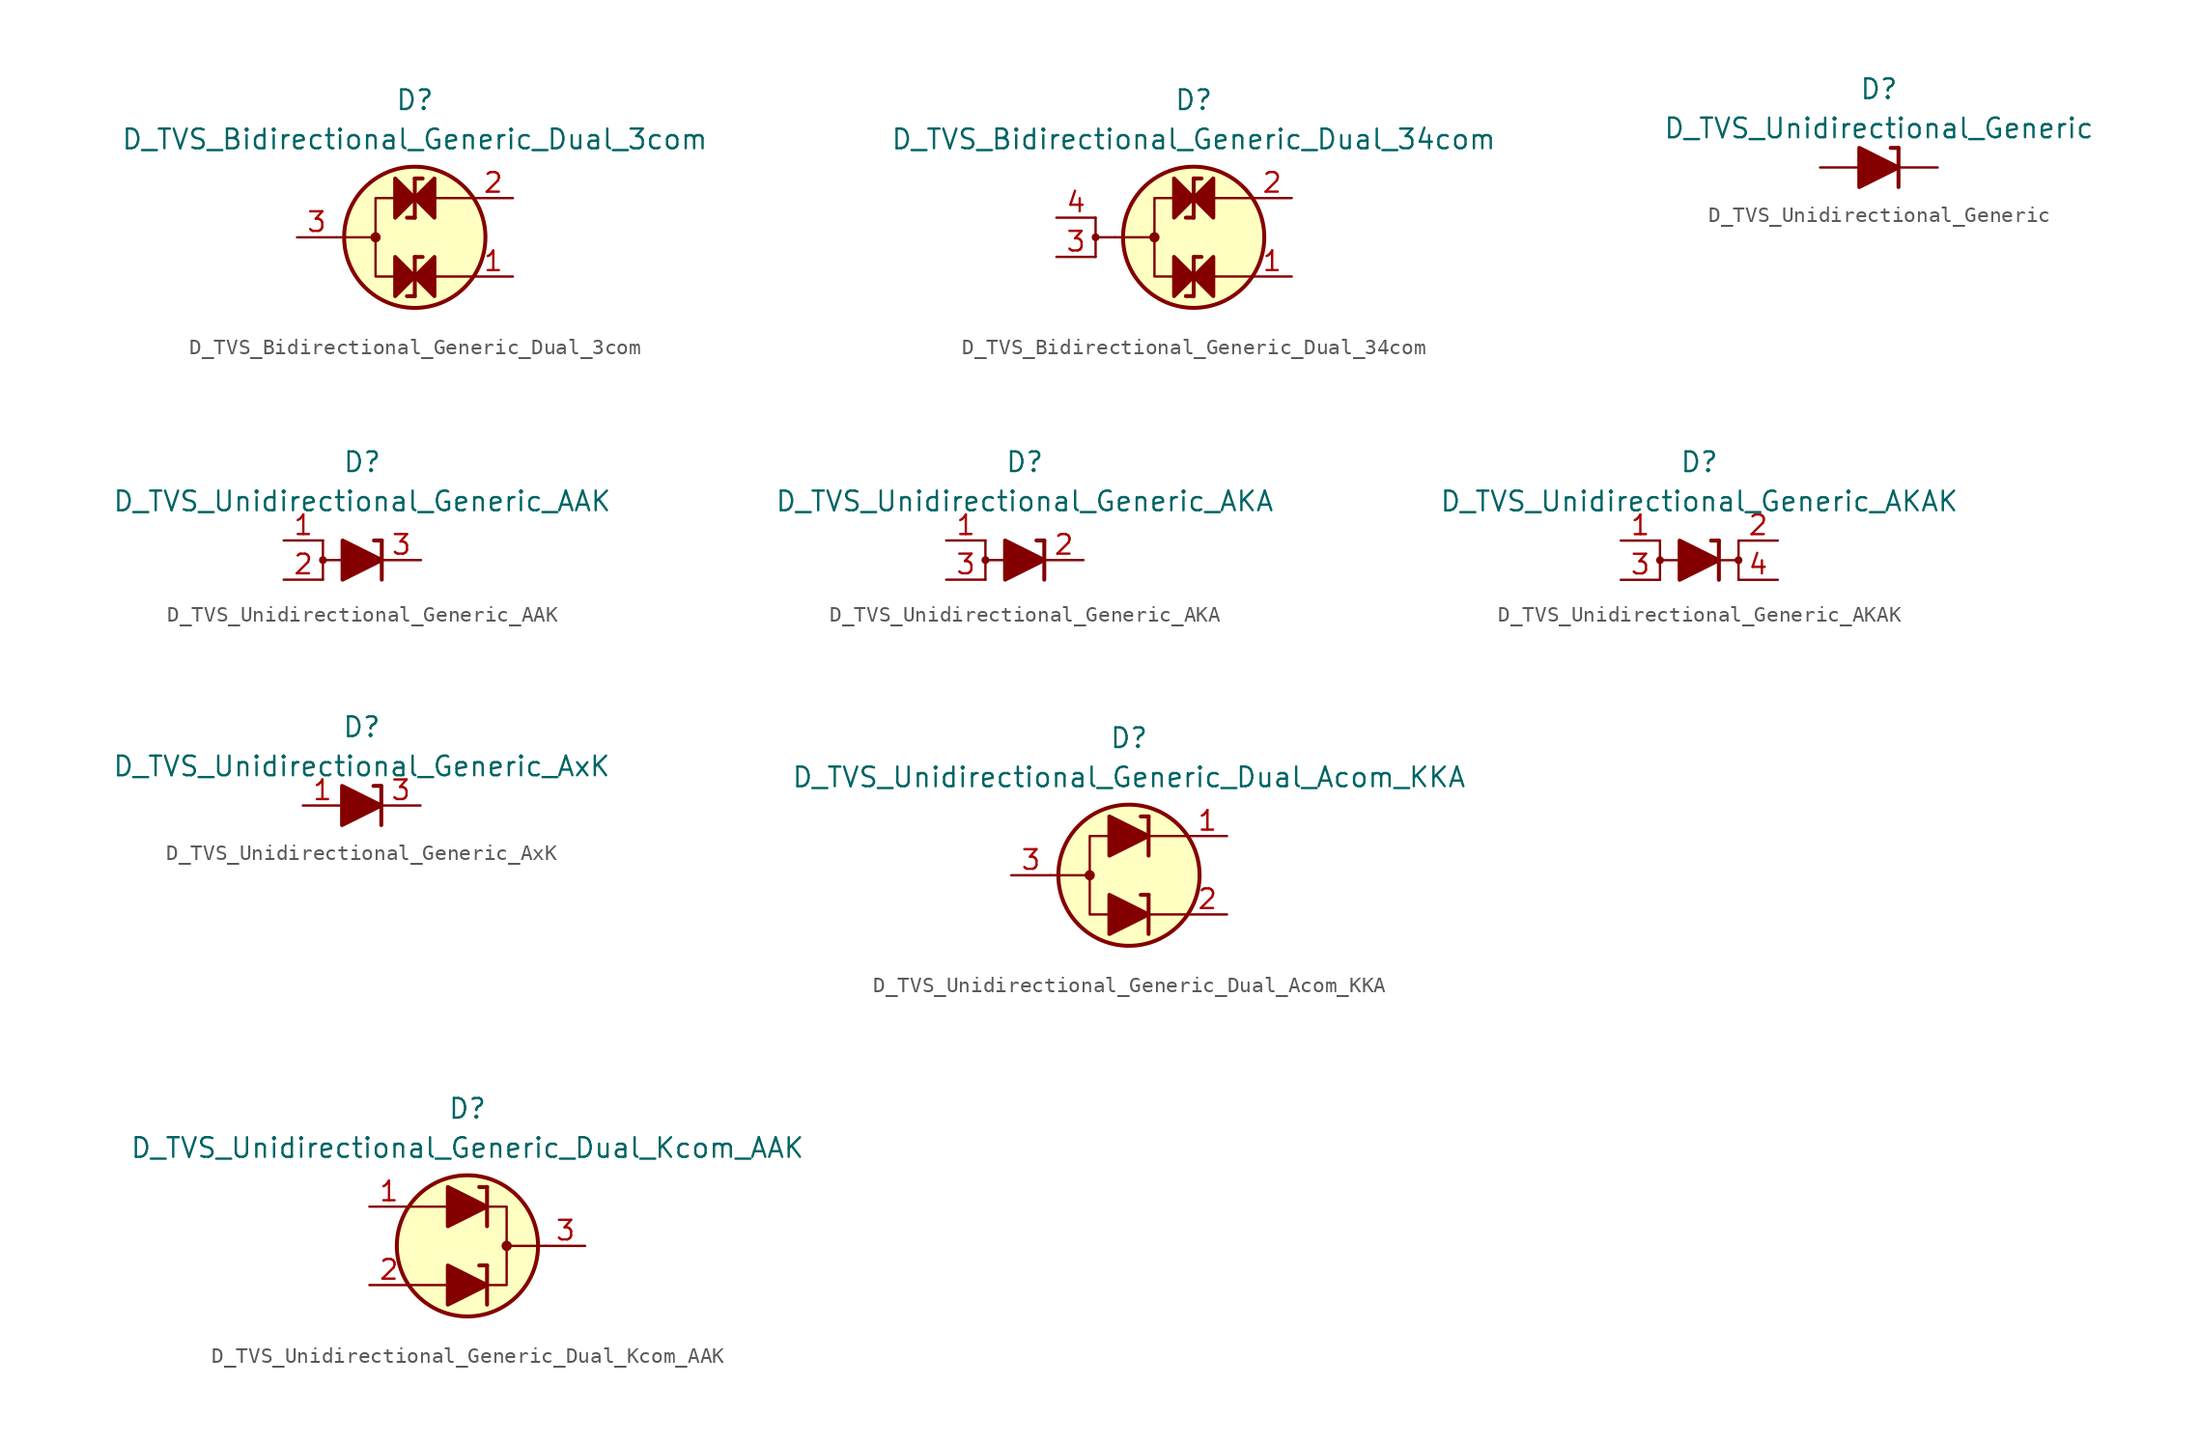
<source format=kicad_sym>
(kicad_symbol_lib
  (version 20211014)
  (generator kicad_symbol_editor)
  (symbol "D_TVS_Bidirectional_Generic_Dual_3com"
    (pin_names
      (offset 1.016) hide)
    (property "Reference" "D"
      (at 0 8.89 0)
      (effects (font (size 1.27 1.27))))
    (property "Value" "D_TVS_Bidirectional_Generic_Dual_3com"
      (at 0 6.35 0)
      (effects (font (size 1.27 1.27))))
    (symbol "D_TVS_Bidirectional_Generic_Dual_3com_0_1"
      (circle (center -2.54 0) (radius 0.254) (stroke (width 0) (type default) (color 0 0 0 0)) (fill (type outline)))
      (polyline (pts (xy -5.08 0) (xy -2.54 0)) (stroke (width 0) (type default) (color 0 0 0 0)) (fill (type none)))
      (polyline (pts (xy 1.27 -2.54) (xy 3.81 -2.54)) (stroke (width 0) (type default) (color 0 0 0 0)) (fill (type none)))
      (polyline (pts (xy 1.27 2.54) (xy 3.81 2.54)) (stroke (width 0) (type default) (color 0 0 0 0)) (fill (type none)))
      (polyline (pts (xy -1.27 2.54) (xy -2.54 2.54) (xy -2.54 -2.54) (xy -1.27 -2.54)) (stroke (width 0) (type default) (color 0 0 0 0)) (fill (type none)))
      (circle (center 0 0) (radius 4.572) (stroke (width 0.254) (type default) (color 0 0 0 0)) (fill (type background))))
    (symbol "D_TVS_Bidirectional_Generic_Dual_3com_1_1"
      (polyline (pts (xy -1.27 -2.54) (xy 1.27 -2.54)) (stroke (width 0) (type default) (color 0 0 0 0)) (fill (type none)))
      (polyline (pts (xy -1.27 2.54) (xy 1.27 2.54)) (stroke (width 0) (type default) (color 0 0 0 0)) (fill (type none)))
      (polyline (pts (xy 0 -3.81) (xy -0.508 -3.81)) (stroke (width 0.254) (type default) (color 0 0 0 0)) (fill (type none)))
      (polyline (pts (xy 0 -3.81) (xy 0 -1.27)) (stroke (width 0.254) (type default) (color 0 0 0 0)) (fill (type none)))
      (polyline (pts (xy 0 -1.27) (xy 0.508 -1.27)) (stroke (width 0.254) (type default) (color 0 0 0 0)) (fill (type none)))
      (polyline (pts (xy 0 1.27) (xy -0.508 1.27)) (stroke (width 0.254) (type default) (color 0 0 0 0)) (fill (type none)))
      (polyline (pts (xy 0 1.27) (xy 0 3.81)) (stroke (width 0.254) (type default) (color 0 0 0 0)) (fill (type none)))
      (polyline (pts (xy 0 3.81) (xy 0.508 3.81)) (stroke (width 0.254) (type default) (color 0 0 0 0)) (fill (type none)))
      (polyline (pts (xy -1.27 -3.81) (xy -1.27 -1.27) (xy 0 -2.54) (xy -1.27 -3.81)) (stroke (width 0.254) (type default) (color 0 0 0 0)) (fill (type outline)))
      (polyline (pts (xy -1.27 1.27) (xy -1.27 3.81) (xy 0 2.54) (xy -1.27 1.27)) (stroke (width 0.254) (type default) (color 0 0 0 0)) (fill (type outline)))
      (polyline (pts (xy 0 -2.54) (xy 1.27 -3.81) (xy 1.27 -1.27) (xy 0 -2.54)) (stroke (width 0.254) (type default) (color 0 0 0 0)) (fill (type outline)))
      (polyline (pts (xy 0 2.54) (xy 1.27 1.27) (xy 1.27 3.81) (xy 0 2.54)) (stroke (width 0.254) (type default) (color 0 0 0 0)) (fill (type outline)))
      (pin passive line (at 6.35 -2.54 180) (length 2.54) (name "A1" (effects (font (size 1.27 1.27)))) (number "1" (effects (font (size 1.27 1.27)))))
      (pin passive line (at 6.35 2.54 180) (length 2.54) (name "A2" (effects (font (size 1.27 1.27)))) (number "2" (effects (font (size 1.27 1.27)))))
      (pin passive line (at -7.62 0 0) (length 2.54) (name "Com" (effects (font (size 1.27 1.27)))) (number "3" (effects (font (size 1.27 1.27)))))))
  (symbol "D_TVS_Bidirectional_Generic_Dual_34com"
    (pin_names
      (offset 1.016) hide)
    (property "Reference" "D"
      (at 0 8.89 0)
      (effects (font (size 1.27 1.27))))
    (property "Value" "D_TVS_Bidirectional_Generic_Dual_34com"
      (at 0 6.35 0)
      (effects (font (size 1.27 1.27))))
    (symbol "D_TVS_Bidirectional_Generic_Dual_34com_0_1"
      (circle (center -2.54 0) (radius 0.254) (stroke (width 0) (type default) (color 0 0 0 0)) (fill (type outline)))
      (polyline (pts (xy -6.35 1.27) (xy -6.35 -1.27)) (stroke (width 0) (type default) (color 0 0 0 0)) (fill (type none)))
      (polyline (pts (xy -5.08 0) (xy -6.35 0)) (stroke (width 0) (type default) (color 0 0 0 0)) (fill (type none)))
      (polyline (pts (xy -5.08 0) (xy -2.54 0)) (stroke (width 0) (type default) (color 0 0 0 0)) (fill (type none)))
      (polyline (pts (xy 1.27 -2.54) (xy 3.81 -2.54)) (stroke (width 0) (type default) (color 0 0 0 0)) (fill (type none)))
      (polyline (pts (xy 1.27 2.54) (xy 3.81 2.54)) (stroke (width 0) (type default) (color 0 0 0 0)) (fill (type none)))
      (polyline (pts (xy -1.27 2.54) (xy -2.54 2.54) (xy -2.54 -2.54) (xy -1.27 -2.54)) (stroke (width 0) (type default) (color 0 0 0 0)) (fill (type none)))
      (circle (center 0 0) (radius 4.572) (stroke (width 0.254) (type default) (color 0 0 0 0)) (fill (type background))))
    (symbol "D_TVS_Bidirectional_Generic_Dual_34com_1_1"
      (circle (center -6.35 0) (radius 0.178) (stroke (width 0) (type default) (color 0 0 0 0)) (fill (type outline)))
      (polyline (pts (xy -1.27 -2.54) (xy 1.27 -2.54)) (stroke (width 0) (type default) (color 0 0 0 0)) (fill (type none)))
      (polyline (pts (xy -1.27 2.54) (xy 1.27 2.54)) (stroke (width 0) (type default) (color 0 0 0 0)) (fill (type none)))
      (polyline (pts (xy 0 -3.81) (xy -0.508 -3.81)) (stroke (width 0.254) (type default) (color 0 0 0 0)) (fill (type none)))
      (polyline (pts (xy 0 -3.81) (xy 0 -1.27)) (stroke (width 0.254) (type default) (color 0 0 0 0)) (fill (type none)))
      (polyline (pts (xy 0 -1.27) (xy 0.508 -1.27)) (stroke (width 0.254) (type default) (color 0 0 0 0)) (fill (type none)))
      (polyline (pts (xy 0 1.27) (xy -0.508 1.27)) (stroke (width 0.254) (type default) (color 0 0 0 0)) (fill (type none)))
      (polyline (pts (xy 0 1.27) (xy 0 3.81)) (stroke (width 0.254) (type default) (color 0 0 0 0)) (fill (type none)))
      (polyline (pts (xy 0 3.81) (xy 0.508 3.81)) (stroke (width 0.254) (type default) (color 0 0 0 0)) (fill (type none)))
      (polyline (pts (xy -1.27 -3.81) (xy -1.27 -1.27) (xy 0 -2.54) (xy -1.27 -3.81)) (stroke (width 0.254) (type default) (color 0 0 0 0)) (fill (type outline)))
      (polyline (pts (xy -1.27 1.27) (xy -1.27 3.81) (xy 0 2.54) (xy -1.27 1.27)) (stroke (width 0.254) (type default) (color 0 0 0 0)) (fill (type outline)))
      (polyline (pts (xy 0 -2.54) (xy 1.27 -3.81) (xy 1.27 -1.27) (xy 0 -2.54)) (stroke (width 0.254) (type default) (color 0 0 0 0)) (fill (type outline)))
      (polyline (pts (xy 0 2.54) (xy 1.27 1.27) (xy 1.27 3.81) (xy 0 2.54)) (stroke (width 0.254) (type default) (color 0 0 0 0)) (fill (type outline)))
      (pin passive line (at 6.35 -2.54 180) (length 2.54) (name "A1" (effects (font (size 1.27 1.27)))) (number "1" (effects (font (size 1.27 1.27)))))
      (pin passive line (at 6.35 2.54 180) (length 2.54) (name "A2" (effects (font (size 1.27 1.27)))) (number "2" (effects (font (size 1.27 1.27)))))
      (pin passive line (at -8.89 -1.27 0) (length 2.54) (name "Com" (effects (font (size 1.27 1.27)))) (number "3" (effects (font (size 1.27 1.27)))))
      (pin passive line (at -8.89 1.27 0) (length 2.54) (name "Com" (effects (font (size 1.27 1.27)))) (number "4" (effects (font (size 1.27 1.27)))))))
  (symbol "D_TVS_Unidirectional_Generic"
    (pin_numbers hide)
    (pin_names
      (offset 1.016) hide)
    (property "Reference" "D"
      (at 0 5.08 0)
      (effects (font (size 1.27 1.27))))
    (property "Value" "D_TVS_Unidirectional_Generic"
      (at 0 2.54 0)
      (effects (font (size 1.27 1.27))))
    (symbol "D_TVS_Unidirectional_Generic_0_1"
      (polyline (pts (xy -1.27 0) (xy 1.27 0)) (stroke (width 0) (type default) (color 0 0 0 0)) (fill (type none)))
      (polyline (pts (xy 1.27 -1.27) (xy 1.27 1.27)) (stroke (width 0.254) (type default) (color 0 0 0 0)) (fill (type none)))
      (polyline (pts (xy 1.27 1.27) (xy 0.762 1.27)) (stroke (width 0.254) (type default) (color 0 0 0 0)) (fill (type none)))
      (polyline (pts (xy -1.27 1.27) (xy -1.27 -1.27) (xy 1.27 0) (xy -1.27 1.27)) (stroke (width 0.254) (type default) (color 0 0 0 0)) (fill (type outline))))
    (symbol "D_TVS_Unidirectional_Generic_1_1"
      (pin passive line (at 3.81 0 180) (length 2.54) (name "K" (effects (font (size 1.27 1.27)))) (number "1" (effects (font (size 1.27 1.27)))))
      (pin passive line (at -3.81 0 0) (length 2.54) (name "A" (effects (font (size 1.27 1.27)))) (number "2" (effects (font (size 1.27 1.27)))))))
  (symbol "D_TVS_Unidirectional_Generic_AAK"
    (pin_names
      (offset 1.016) hide)
    (property "Reference" "D"
      (at 0 6.35 0)
      (effects (font (size 1.27 1.27))))
    (property "Value" "D_TVS_Unidirectional_Generic_AAK"
      (at 0 3.81 0)
      (effects (font (size 1.27 1.27))))
    (symbol "D_TVS_Unidirectional_Generic_AAK_0_1"
      (circle (center -2.54 0) (radius 0.178) (stroke (width 0) (type default) (color 0 0 0 0)) (fill (type outline)))
      (polyline (pts (xy -2.54 -1.27) (xy -2.54 1.27)) (stroke (width 0) (type default) (color 0 0 0 0)) (fill (type none)))
      (polyline (pts (xy -1.27 0) (xy -2.54 0)) (stroke (width 0) (type default) (color 0 0 0 0)) (fill (type none)))
      (polyline (pts (xy -1.27 0) (xy 1.27 0)) (stroke (width 0) (type default) (color 0 0 0 0)) (fill (type none)))
      (polyline (pts (xy 1.27 -1.27) (xy 1.27 1.27)) (stroke (width 0.254) (type default) (color 0 0 0 0)) (fill (type none)))
      (polyline (pts (xy 1.27 1.27) (xy 0.762 1.27)) (stroke (width 0.254) (type default) (color 0 0 0 0)) (fill (type none)))
      (polyline (pts (xy -1.27 1.27) (xy -1.27 -1.27) (xy 1.27 0) (xy -1.27 1.27)) (stroke (width 0.254) (type default) (color 0 0 0 0)) (fill (type outline))))
    (symbol "D_TVS_Unidirectional_Generic_AAK_1_1"
      (pin passive line (at -5.08 1.27 0) (length 2.54) (name "A" (effects (font (size 1.27 1.27)))) (number "1" (effects (font (size 1.27 1.27)))))
      (pin passive line (at -5.08 -1.27 0) (length 2.54) (name "A" (effects (font (size 1.27 1.27)))) (number "2" (effects (font (size 1.27 1.27)))))
      (pin passive line (at 3.81 0 180) (length 2.54) (name "K" (effects (font (size 1.27 1.27)))) (number "3" (effects (font (size 1.27 1.27)))))))
  (symbol "D_TVS_Unidirectional_Generic_AKA"
    (pin_names
      (offset 1.016) hide)
    (property "Reference" "D"
      (at 0 6.35 0)
      (effects (font (size 1.27 1.27))))
    (property "Value" "D_TVS_Unidirectional_Generic_AKA"
      (at 0 3.81 0)
      (effects (font (size 1.27 1.27))))
    (symbol "D_TVS_Unidirectional_Generic_AKA_0_1"
      (circle (center -2.54 0) (radius 0.178) (stroke (width 0) (type default) (color 0 0 0 0)) (fill (type outline)))
      (polyline (pts (xy -2.54 -1.27) (xy -2.54 1.27)) (stroke (width 0) (type default) (color 0 0 0 0)) (fill (type none)))
      (polyline (pts (xy -1.27 0) (xy -2.54 0)) (stroke (width 0) (type default) (color 0 0 0 0)) (fill (type none)))
      (polyline (pts (xy -1.27 0) (xy 1.27 0)) (stroke (width 0) (type default) (color 0 0 0 0)) (fill (type none)))
      (polyline (pts (xy 1.27 -1.27) (xy 1.27 1.27)) (stroke (width 0.254) (type default) (color 0 0 0 0)) (fill (type none)))
      (polyline (pts (xy 1.27 1.27) (xy 0.762 1.27)) (stroke (width 0.254) (type default) (color 0 0 0 0)) (fill (type none)))
      (polyline (pts (xy -1.27 1.27) (xy -1.27 -1.27) (xy 1.27 0) (xy -1.27 1.27)) (stroke (width 0.254) (type default) (color 0 0 0 0)) (fill (type outline))))
    (symbol "D_TVS_Unidirectional_Generic_AKA_1_1"
      (pin passive line (at -5.08 1.27 0) (length 2.54) (name "A" (effects (font (size 1.27 1.27)))) (number "1" (effects (font (size 1.27 1.27)))))
      (pin passive line (at 3.81 0 180) (length 2.54) (name "K" (effects (font (size 1.27 1.27)))) (number "2" (effects (font (size 1.27 1.27)))))
      (pin passive line (at -5.08 -1.27 0) (length 2.54) (name "A" (effects (font (size 1.27 1.27)))) (number "3" (effects (font (size 1.27 1.27)))))))
  (symbol "D_TVS_Unidirectional_Generic_AKAK"
    (pin_names
      (offset 1.016) hide)
    (property "Reference" "D"
      (at 0 6.35 0)
      (effects (font (size 1.27 1.27))))
    (property "Value" "D_TVS_Unidirectional_Generic_AKAK"
      (at 0 3.81 0)
      (effects (font (size 1.27 1.27))))
    (symbol "D_TVS_Unidirectional_Generic_AKAK_0_1"
      (circle (center -2.54 0) (radius 0.178) (stroke (width 0) (type default) (color 0 0 0 0)) (fill (type outline)))
      (polyline (pts (xy -2.54 -1.27) (xy -2.54 1.27)) (stroke (width 0) (type default) (color 0 0 0 0)) (fill (type none)))
      (polyline (pts (xy -1.27 0) (xy -2.54 0)) (stroke (width 0) (type default) (color 0 0 0 0)) (fill (type none)))
      (polyline (pts (xy -1.27 0) (xy 1.27 0)) (stroke (width 0) (type default) (color 0 0 0 0)) (fill (type none)))
      (polyline (pts (xy 1.27 -1.27) (xy 1.27 1.27)) (stroke (width 0.254) (type default) (color 0 0 0 0)) (fill (type none)))
      (polyline (pts (xy 1.27 1.27) (xy 0.762 1.27)) (stroke (width 0.254) (type default) (color 0 0 0 0)) (fill (type none)))
      (polyline (pts (xy -1.27 1.27) (xy -1.27 -1.27) (xy 1.27 0) (xy -1.27 1.27)) (stroke (width 0.254) (type default) (color 0 0 0 0)) (fill (type outline))))
    (symbol "D_TVS_Unidirectional_Generic_AKAK_1_1"
      (polyline (pts (xy 1.27 0) (xy 2.54 0)) (stroke (width 0) (type default) (color 0 0 0 0)) (fill (type none)))
      (polyline (pts (xy 2.54 1.27) (xy 2.54 -1.27)) (stroke (width 0) (type default) (color 0 0 0 0)) (fill (type none)))
      (circle (center 2.54 0) (radius 0.178) (stroke (width 0) (type default) (color 0 0 0 0)) (fill (type outline)))
      (pin passive line (at -5.08 1.27 0) (length 2.54) (name "A" (effects (font (size 1.27 1.27)))) (number "1" (effects (font (size 1.27 1.27)))))
      (pin passive line (at 5.08 1.27 180) (length 2.54) (name "K" (effects (font (size 1.27 1.27)))) (number "2" (effects (font (size 1.27 1.27)))))
      (pin passive line (at -5.08 -1.27 0) (length 2.54) (name "A" (effects (font (size 1.27 1.27)))) (number "3" (effects (font (size 1.27 1.27)))))
      (pin passive line (at 5.08 -1.27 180) (length 2.54) (name "K" (effects (font (size 1.27 1.27)))) (number "4" (effects (font (size 1.27 1.27)))))))
  (symbol "D_TVS_Unidirectional_Generic_AxK"
    (pin_names
      (offset 1.016) hide)
    (property "Reference" "D"
      (at 0 5.08 0)
      (effects (font (size 1.27 1.27))))
    (property "Value" "D_TVS_Unidirectional_Generic_AxK"
      (at 0 2.54 0)
      (effects (font (size 1.27 1.27))))
    (symbol "D_TVS_Unidirectional_Generic_AxK_0_1"
      (polyline (pts (xy -1.27 0) (xy 1.27 0)) (stroke (width 0) (type default) (color 0 0 0 0)) (fill (type none)))
      (polyline (pts (xy 1.27 -1.27) (xy 1.27 1.27)) (stroke (width 0.254) (type default) (color 0 0 0 0)) (fill (type none)))
      (polyline (pts (xy 1.27 1.27) (xy 0.762 1.27)) (stroke (width 0.254) (type default) (color 0 0 0 0)) (fill (type none)))
      (polyline (pts (xy -1.27 1.27) (xy -1.27 -1.27) (xy 1.27 0) (xy -1.27 1.27)) (stroke (width 0.254) (type default) (color 0 0 0 0)) (fill (type outline))))
    (symbol "D_TVS_Unidirectional_Generic_AxK_1_1"
      (pin passive line (at -3.81 0 0) (length 2.54) (name "A" (effects (font (size 1.27 1.27)))) (number "1" (effects (font (size 1.27 1.27)))))
      (pin passive line (at 3.81 0 180) (length 2.54) (name "K" (effects (font (size 1.27 1.27)))) (number "3" (effects (font (size 1.27 1.27)))))))
  (symbol "D_TVS_Unidirectional_Generic_Dual_Acom_KKA"
    (pin_names
      (offset 1.016) hide)
    (property "Reference" "D"
      (at 0 8.89 0)
      (effects (font (size 1.27 1.27))))
    (property "Value" "D_TVS_Unidirectional_Generic_Dual_Acom_KKA"
      (at 0 6.35 0)
      (effects (font (size 1.27 1.27))))
    (symbol "D_TVS_Unidirectional_Generic_Dual_Acom_KKA_0_1"
      (circle (center -2.54 0) (radius 0.254) (stroke (width 0) (type default) (color 0 0 0 0)) (fill (type outline)))
      (polyline (pts (xy -5.08 0) (xy -2.54 0)) (stroke (width 0) (type default) (color 0 0 0 0)) (fill (type none)))
      (polyline (pts (xy 1.27 -2.54) (xy 3.81 -2.54)) (stroke (width 0) (type default) (color 0 0 0 0)) (fill (type none)))
      (polyline (pts (xy 1.27 -1.27) (xy 0.762 -1.27)) (stroke (width 0.254) (type default) (color 0 0 0 0)) (fill (type none)))
      (polyline (pts (xy 1.27 -1.27) (xy 1.27 -3.81)) (stroke (width 0.254) (type default) (color 0 0 0 0)) (fill (type none)))
      (polyline (pts (xy 1.27 2.54) (xy 3.81 2.54)) (stroke (width 0) (type default) (color 0 0 0 0)) (fill (type none)))
      (polyline (pts (xy 1.27 3.81) (xy 0.762 3.81)) (stroke (width 0.254) (type default) (color 0 0 0 0)) (fill (type none)))
      (polyline (pts (xy 1.27 3.81) (xy 1.27 1.27)) (stroke (width 0.254) (type default) (color 0 0 0 0)) (fill (type none)))
      (polyline (pts (xy -1.27 -2.54) (xy -2.54 -2.54) (xy -2.54 2.54) (xy -1.27 2.54)) (stroke (width 0) (type default) (color 0 0 0 0)) (fill (type none)))
      (circle (center 0 0) (radius 4.572) (stroke (width 0.254) (type default) (color 0 0 0 0)) (fill (type background))))
    (symbol "D_TVS_Unidirectional_Generic_Dual_Acom_KKA_1_1"
      (polyline (pts (xy -1.27 -2.54) (xy 1.27 -2.54)) (stroke (width 0) (type default) (color 0 0 0 0)) (fill (type none)))
      (polyline (pts (xy -1.27 2.54) (xy 1.27 2.54)) (stroke (width 0) (type default) (color 0 0 0 0)) (fill (type none)))
      (polyline (pts (xy -1.27 -1.27) (xy -1.27 -3.81) (xy 1.27 -2.54) (xy -1.27 -1.27)) (stroke (width 0.254) (type default) (color 0 0 0 0)) (fill (type outline)))
      (polyline (pts (xy -1.27 3.81) (xy -1.27 1.27) (xy 1.27 2.54) (xy -1.27 3.81)) (stroke (width 0.254) (type default) (color 0 0 0 0)) (fill (type outline)))
      (pin passive line (at 6.35 2.54 180) (length 2.54) (name "K1" (effects (font (size 1.27 1.27)))) (number "1" (effects (font (size 1.27 1.27)))))
      (pin passive line (at 6.35 -2.54 180) (length 2.54) (name "K2" (effects (font (size 1.27 1.27)))) (number "2" (effects (font (size 1.27 1.27)))))
      (pin passive line (at -7.62 0 0) (length 2.54) (name "A" (effects (font (size 1.27 1.27)))) (number "3" (effects (font (size 1.27 1.27)))))))
  (symbol "D_TVS_Unidirectional_Generic_Dual_Kcom_AAK"
    (pin_names
      (offset 1.016) hide)
    (property "Reference" "D"
      (at 0 8.89 0)
      (effects (font (size 1.27 1.27))))
    (property "Value" "D_TVS_Unidirectional_Generic_Dual_Kcom_AAK"
      (at 0 6.35 0)
      (effects (font (size 1.27 1.27))))
    (symbol "D_TVS_Unidirectional_Generic_Dual_Kcom_AAK_0_1"
      (polyline (pts (xy -1.27 -2.54) (xy -3.81 -2.54)) (stroke (width 0) (type default) (color 0 0 0 0)) (fill (type none)))
      (polyline (pts (xy -1.27 2.54) (xy -3.81 2.54)) (stroke (width 0) (type default) (color 0 0 0 0)) (fill (type none)))
      (polyline (pts (xy 1.27 -3.81) (xy 1.27 -1.27)) (stroke (width 0.254) (type default) (color 0 0 0 0)) (fill (type none)))
      (polyline (pts (xy 1.27 -1.27) (xy 0.762 -1.27)) (stroke (width 0.254) (type default) (color 0 0 0 0)) (fill (type none)))
      (polyline (pts (xy 1.27 1.27) (xy 1.27 3.81)) (stroke (width 0.254) (type default) (color 0 0 0 0)) (fill (type none)))
      (polyline (pts (xy 1.27 3.81) (xy 0.762 3.81)) (stroke (width 0.254) (type default) (color 0 0 0 0)) (fill (type none)))
      (polyline (pts (xy 5.08 0) (xy 2.54 0)) (stroke (width 0) (type default) (color 0 0 0 0)) (fill (type none)))
      (polyline (pts (xy 1.27 -2.54) (xy 2.54 -2.54) (xy 2.54 2.54) (xy 1.27 2.54)) (stroke (width 0) (type default) (color 0 0 0 0)) (fill (type none)))
      (circle (center 0 0) (radius 4.572) (stroke (width 0.254) (type default) (color 0 0 0 0)) (fill (type background)))
      (circle (center 2.54 0) (radius 0.254) (stroke (width 0) (type default) (color 0 0 0 0)) (fill (type outline))))
    (symbol "D_TVS_Unidirectional_Generic_Dual_Kcom_AAK_1_1"
      (polyline (pts (xy -1.27 -2.54) (xy 1.27 -2.54)) (stroke (width 0) (type default) (color 0 0 0 0)) (fill (type none)))
      (polyline (pts (xy -1.27 2.54) (xy 1.27 2.54)) (stroke (width 0) (type default) (color 0 0 0 0)) (fill (type none)))
      (polyline (pts (xy -1.27 -3.81) (xy -1.27 -1.27) (xy 1.27 -2.54) (xy -1.27 -3.81)) (stroke (width 0.254) (type default) (color 0 0 0 0)) (fill (type outline)))
      (polyline (pts (xy -1.27 1.27) (xy -1.27 3.81) (xy 1.27 2.54) (xy -1.27 1.27)) (stroke (width 0.254) (type default) (color 0 0 0 0)) (fill (type outline)))
      (pin passive line (at -6.35 2.54 0) (length 2.54) (name "A2" (effects (font (size 1.27 1.27)))) (number "1" (effects (font (size 1.27 1.27)))))
      (pin passive line (at -6.35 -2.54 0) (length 2.54) (name "A1" (effects (font (size 1.27 1.27)))) (number "2" (effects (font (size 1.27 1.27)))))
      (pin passive line (at 7.62 0 180) (length 2.54) (name "K" (effects (font (size 1.27 1.27)))) (number "3" (effects (font (size 1.27 1.27))))))))
</source>
